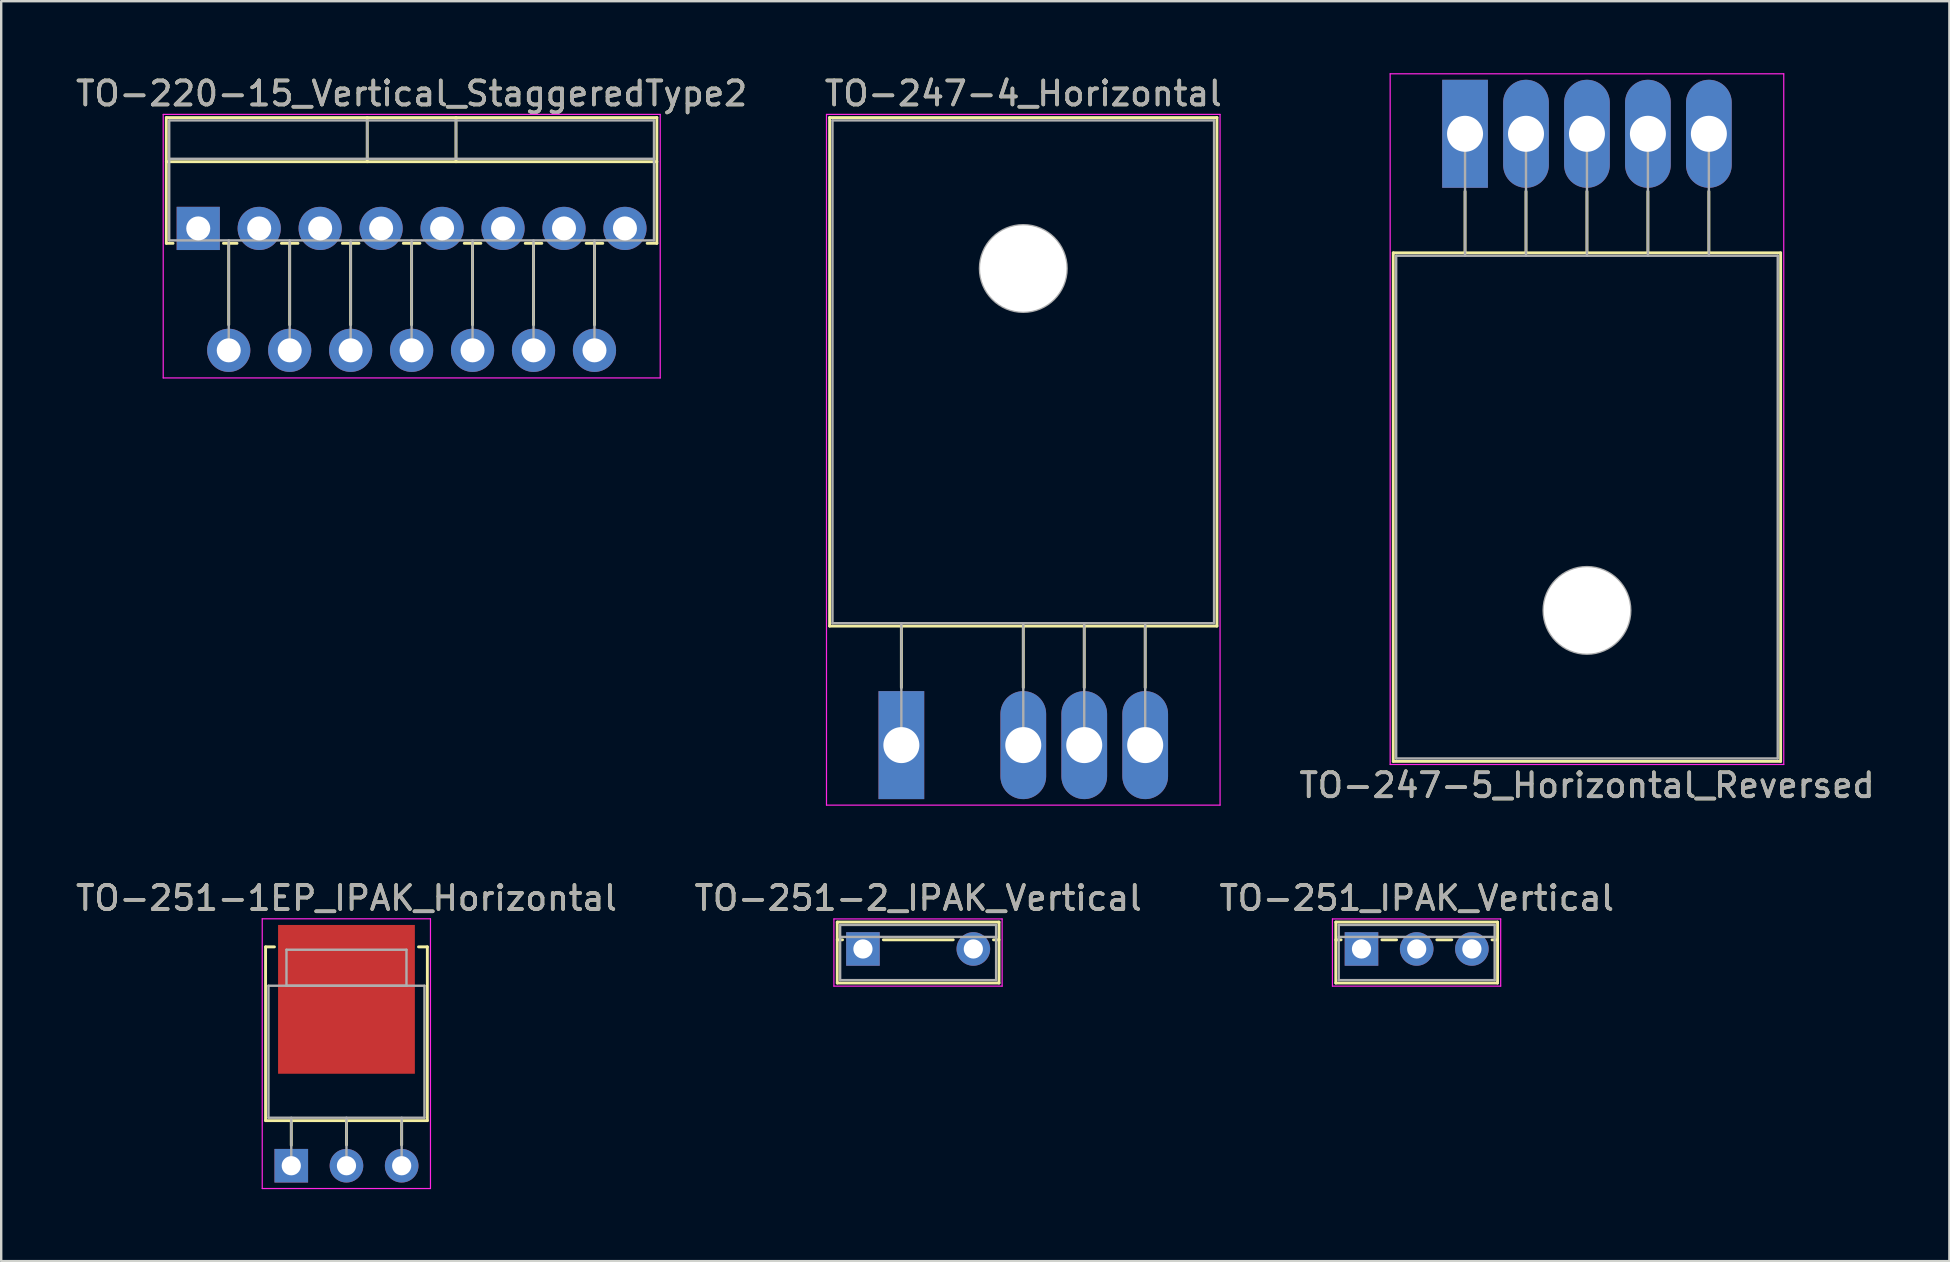
<source format=kicad_pcb>
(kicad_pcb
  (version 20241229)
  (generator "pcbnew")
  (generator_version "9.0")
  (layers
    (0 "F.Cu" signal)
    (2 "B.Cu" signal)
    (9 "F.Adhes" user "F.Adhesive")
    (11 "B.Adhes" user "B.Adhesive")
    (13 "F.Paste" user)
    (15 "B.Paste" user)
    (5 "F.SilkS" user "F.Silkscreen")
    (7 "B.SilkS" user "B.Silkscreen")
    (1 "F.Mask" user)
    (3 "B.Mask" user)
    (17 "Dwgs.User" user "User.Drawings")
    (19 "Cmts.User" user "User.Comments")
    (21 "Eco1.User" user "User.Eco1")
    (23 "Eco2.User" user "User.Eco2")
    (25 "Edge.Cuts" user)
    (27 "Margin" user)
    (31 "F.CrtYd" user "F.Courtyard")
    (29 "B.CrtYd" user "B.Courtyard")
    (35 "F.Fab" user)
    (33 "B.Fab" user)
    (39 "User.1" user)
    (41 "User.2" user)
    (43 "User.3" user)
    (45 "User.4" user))
  (footprint "TO-247-5_Horizontal_Reversed"
    (layer "F.Cu")
    (at 57.997 2.525)
    (property "Reference" "TO-247-5_Horizontal_Reversed" (at 5.08 27.15 0) (layer "F.SilkS") (effects (font (size 1 1) (thickness 0.15))))
    (attr through_hole)
    (fp_line (start -2.99 4.96) (end -2.99 26.15) (stroke (width 0.12) (type solid)) (layer "F.SilkS"))
    (fp_line (start -2.99 4.96) (end 13.15 4.96) (stroke (width 0.12) (type solid)) (layer "F.SilkS"))
    (fp_line (start -2.99 26.15) (end 13.15 26.15) (stroke (width 0.12) (type solid)) (layer "F.SilkS"))
    (fp_line (start 0 2.4) (end 0 4.96) (stroke (width 0.12) (type solid)) (layer "F.SilkS"))
    (fp_line (start 2.54 2.4) (end 2.54 4.96) (stroke (width 0.12) (type solid)) (layer "F.SilkS"))
    (fp_line (start 5.08 2.4) (end 5.08 4.96) (stroke (width 0.12) (type solid)) (layer "F.SilkS"))
    (fp_line (start 7.62 2.4) (end 7.62 4.96) (stroke (width 0.12) (type solid)) (layer "F.SilkS"))
    (fp_line (start 10.16 2.4) (end 10.16 4.96) (stroke (width 0.12) (type solid)) (layer "F.SilkS"))
    (fp_line (start 13.15 4.96) (end 13.15 26.15) (stroke (width 0.12) (type solid)) (layer "F.SilkS"))
    (fp_line (start -3.12 -2.5) (end -3.12 26.28) (stroke (width 0.05) (type solid)) (layer "F.CrtYd"))
    (fp_line (start -3.12 26.28) (end 13.28 26.28) (stroke (width 0.05) (type solid)) (layer "F.CrtYd"))
    (fp_line (start 13.28 -2.5) (end -3.12 -2.5) (stroke (width 0.05) (type solid)) (layer "F.CrtYd"))
    (fp_line (start 13.28 26.28) (end 13.28 -2.5) (stroke (width 0.05) (type solid)) (layer "F.CrtYd"))
    (fp_line (start -2.87 5.08) (end -2.87 26.03) (stroke (width 0.1) (type solid)) (layer "F.Fab"))
    (fp_line (start -2.87 26.03) (end 13.03 26.03) (stroke (width 0.1) (type solid)) (layer "F.Fab"))
    (fp_line (start 0 5.08) (end 0 0) (stroke (width 0.1) (type solid)) (layer "F.Fab"))
    (fp_line (start 2.54 5.08) (end 2.54 0) (stroke (width 0.1) (type solid)) (layer "F.Fab"))
    (fp_line (start 5.08 5.08) (end 5.08 0) (stroke (width 0.1) (type solid)) (layer "F.Fab"))
    (fp_line (start 7.62 5.08) (end 7.62 0) (stroke (width 0.1) (type solid)) (layer "F.Fab"))
    (fp_line (start 10.16 5.08) (end 10.16 0) (stroke (width 0.1) (type solid)) (layer "F.Fab"))
    (fp_line (start 13.03 5.08) (end -2.87 5.08) (stroke (width 0.1) (type solid)) (layer "F.Fab"))
    (fp_line (start 13.03 26.03) (end 13.03 5.08) (stroke (width 0.1) (type solid)) (layer "F.Fab"))
    (fp_circle (center 5.08 19.86) (end 6.885 19.86) (stroke (width 0.1) (type solid)) (fill no) (layer "F.Fab"))
    (fp_text user "${REFERENCE}" (at 5.08 27.15 0) (layer "F.Fab") (effects (font (size 1 1) (thickness 0.15))))
    (pad "" np_thru_hole oval (at 5.08 19.86) (size 3.6 3.6) (drill 3.6) (layers "*.Cu" "*.Mask"))
    (pad "1" thru_hole rect (at 0 0) (size 1.905 4.5) (drill 1.5) (layers "*.Cu" "*.Mask"))
    (pad "2" thru_hole oval (at 2.54 0) (size 1.905 4.5) (drill 1.5) (layers "*.Cu" "*.Mask"))
    (pad "3" thru_hole oval (at 5.08 0) (size 1.905 4.5) (drill 1.5) (layers "*.Cu" "*.Mask"))
    (pad "4" thru_hole oval (at 7.62 0) (size 1.905 4.5) (drill 1.5) (layers "*.Cu" "*.Mask"))
    (pad "5" thru_hole oval (at 10.16 0) (size 1.905 4.5) (drill 1.5) (layers "*.Cu" "*.Mask")))
  (footprint "TO-251_IPAK_Vertical"
    (layer "F.Cu")
    (at 53.682 36.492)
    (property "Reference" "TO-251_IPAK_Vertical" (at 2.3 -2.12 0) (layer "F.SilkS") (effects (font (size 1 1) (thickness 0.15))))
    (attr through_hole)
    (fp_line (start -1.071 -1.12) (end -1.071 1.42) (stroke (width 0.12) (type solid)) (layer "F.SilkS"))
    (fp_line (start -1.071 -1.12) (end 5.67 -1.12) (stroke (width 0.12) (type solid)) (layer "F.SilkS"))
    (fp_line (start -1.071 -0.381) (end -0.85 -0.381) (stroke (width 0.12) (type solid)) (layer "F.SilkS"))
    (fp_line (start -1.071 1.42) (end 5.67 1.42) (stroke (width 0.12) (type solid)) (layer "F.SilkS"))
    (fp_line (start 0.85 -0.381) (end 1.462 -0.381) (stroke (width 0.12) (type solid)) (layer "F.SilkS"))
    (fp_line (start 3.139 -0.381) (end 3.762 -0.381) (stroke (width 0.12) (type solid)) (layer "F.SilkS"))
    (fp_line (start 5.439 -0.381) (end 5.67 -0.381) (stroke (width 0.12) (type solid)) (layer "F.SilkS"))
    (fp_line (start 5.67 -1.12) (end 5.67 1.42) (stroke (width 0.12) (type solid)) (layer "F.SilkS"))
    (fp_line (start -1.21 -1.25) (end -1.21 1.55) (stroke (width 0.05) (type solid)) (layer "F.CrtYd"))
    (fp_line (start -1.21 1.55) (end 5.8 1.55) (stroke (width 0.05) (type solid)) (layer "F.CrtYd"))
    (fp_line (start 5.8 -1.25) (end -1.21 -1.25) (stroke (width 0.05) (type solid)) (layer "F.CrtYd"))
    (fp_line (start 5.8 1.55) (end 5.8 -1.25) (stroke (width 0.05) (type solid)) (layer "F.CrtYd"))
    (fp_line (start -0.95 -1) (end -0.95 1.3) (stroke (width 0.1) (type solid)) (layer "F.Fab"))
    (fp_line (start -0.95 -0.5) (end 5.55 -0.5) (stroke (width 0.1) (type solid)) (layer "F.Fab"))
    (fp_line (start -0.95 1.3) (end 5.55 1.3) (stroke (width 0.1) (type solid)) (layer "F.Fab"))
    (fp_line (start 5.55 -1) (end -0.95 -1) (stroke (width 0.1) (type solid)) (layer "F.Fab"))
    (fp_line (start 5.55 1.3) (end 5.55 -1) (stroke (width 0.1) (type solid)) (layer "F.Fab"))
    (fp_text user "${REFERENCE}" (at 2.3 -2.12 0) (layer "F.Fab") (effects (font (size 1 1) (thickness 0.15))))
    (pad "1" thru_hole rect (at 0 0) (size 1.4 1.4) (drill 0.8) (layers "*.Cu" "*.Mask"))
    (pad "2" thru_hole oval (at 2.3 0) (size 1.4 1.4) (drill 0.8) (layers "*.Cu" "*.Mask"))
    (pad "3" thru_hole oval (at 4.6 0) (size 1.4 1.4) (drill 0.8) (layers "*.Cu" "*.Mask")))
  (footprint "TO-251-1EP_IPAK_Horizontal"
    (layer "F.Cu")
    (at 9.087 45.525)
    (property "Reference" "TO-251-1EP_IPAK_Horizontal" (at 2.3 -11.153 0) (layer "F.SilkS") (effects (font (size 1 1) (thickness 0.15))))
    (attr through_hole)
    (fp_line (start -1.071 -9.12) (end -1.071 -1.88) (stroke (width 0.12) (type solid)) (layer "F.SilkS"))
    (fp_line (start -1.071 -9.12) (end -0.701 -9.12) (stroke (width 0.12) (type solid)) (layer "F.SilkS"))
    (fp_line (start -1.071 -1.88) (end 5.67 -1.88) (stroke (width 0.12) (type solid)) (layer "F.SilkS"))
    (fp_line (start 0 -1.88) (end 0 -0.85) (stroke (width 0.12) (type solid)) (layer "F.SilkS"))
    (fp_line (start 2.3 -1.88) (end 2.3 -0.866) (stroke (width 0.12) (type solid)) (layer "F.SilkS"))
    (fp_line (start 4.6 -1.88) (end 4.6 -0.866) (stroke (width 0.12) (type solid)) (layer "F.SilkS"))
    (fp_line (start 5.301 -9.12) (end 5.67 -9.12) (stroke (width 0.12) (type solid)) (layer "F.SilkS"))
    (fp_line (start 5.67 -9.12) (end 5.67 -1.88) (stroke (width 0.12) (type solid)) (layer "F.SilkS"))
    (fp_line (start -1.21 -10.29) (end -1.21 0.95) (stroke (width 0.05) (type solid)) (layer "F.CrtYd"))
    (fp_line (start -1.21 0.95) (end 5.8 0.95) (stroke (width 0.05) (type solid)) (layer "F.CrtYd"))
    (fp_line (start 5.8 -10.29) (end -1.21 -10.29) (stroke (width 0.05) (type solid)) (layer "F.CrtYd"))
    (fp_line (start 5.8 0.95) (end 5.8 -10.29) (stroke (width 0.05) (type solid)) (layer "F.CrtYd"))
    (fp_line (start -0.95 -7.5) (end 5.55 -7.5) (stroke (width 0.1) (type solid)) (layer "F.Fab"))
    (fp_line (start -0.95 -2) (end -0.95 -7.5) (stroke (width 0.1) (type solid)) (layer "F.Fab"))
    (fp_line (start -0.2 -9) (end 4.8 -9) (stroke (width 0.1) (type solid)) (layer "F.Fab"))
    (fp_line (start -0.2 -7.5) (end -0.2 -9) (stroke (width 0.1) (type solid)) (layer "F.Fab"))
    (fp_line (start 0 -2) (end 0 0) (stroke (width 0.1) (type solid)) (layer "F.Fab"))
    (fp_line (start 2.3 -2) (end 2.3 0) (stroke (width 0.1) (type solid)) (layer "F.Fab"))
    (fp_line (start 4.6 -2) (end 4.6 0) (stroke (width 0.1) (type solid)) (layer "F.Fab"))
    (fp_line (start 4.8 -9) (end 4.8 -7.5) (stroke (width 0.1) (type solid)) (layer "F.Fab"))
    (fp_line (start 4.8 -7.5) (end -0.2 -7.5) (stroke (width 0.1) (type solid)) (layer "F.Fab"))
    (fp_line (start 5.55 -7.5) (end 5.55 -2) (stroke (width 0.1) (type solid)) (layer "F.Fab"))
    (fp_line (start 5.55 -2) (end -0.95 -2) (stroke (width 0.1) (type solid)) (layer "F.Fab"))
    (fp_text user "${REFERENCE}" (at 2.3 -11.153 0) (layer "F.Fab") (effects (font (size 1 1) (thickness 0.15))))
    (pad "1" thru_hole rect (at 0 0) (size 1.4 1.4) (drill 0.8) (layers "*.Cu" "*.Mask"))
    (pad "2" thru_hole oval (at 2.3 0) (size 1.4 1.4) (drill 0.8) (layers "*.Cu" "*.Mask"))
    (pad "3" thru_hole oval (at 4.6 0) (size 1.4 1.4) (drill 0.8) (layers "*.Cu" "*.Mask"))
    (pad "4" smd rect (at 2.3 -6.933) (size 5.7 6.2) (layers "F.Cu" "F.Mask" "F.Paste")))
  (footprint "TO-220-15_Vertical_StaggeredType2"
    (layer "F.Cu")
    (at 5.211 6.468)
    (property "Reference" "TO-220-15_Vertical_StaggeredType2" (at 8.89 -5.62 0) (layer "F.SilkS") (effects (font (size 1 1) (thickness 0.15))))
    (attr through_hole)
    (fp_line (start -1.33 -4.62) (end -1.33 0.621) (stroke (width 0.12) (type solid)) (layer "F.SilkS"))
    (fp_line (start -1.33 -4.62) (end 19.11 -4.62) (stroke (width 0.12) (type solid)) (layer "F.SilkS"))
    (fp_line (start -1.33 -2.78) (end 19.11 -2.78) (stroke (width 0.12) (type solid)) (layer "F.SilkS"))
    (fp_line (start -1.33 0.621) (end -1.05 0.621) (stroke (width 0.12) (type solid)) (layer "F.SilkS"))
    (fp_line (start 1.05 0.621) (end 1.616 0.621) (stroke (width 0.12) (type solid)) (layer "F.SilkS"))
    (fp_line (start 1.27 0.621) (end 1.27 4.015) (stroke (width 0.12) (type solid)) (layer "F.SilkS"))
    (fp_line (start 3.465 0.621) (end 4.156 0.621) (stroke (width 0.12) (type solid)) (layer "F.SilkS"))
    (fp_line (start 3.81 0.621) (end 3.81 4.015) (stroke (width 0.12) (type solid)) (layer "F.SilkS"))
    (fp_line (start 6.005 0.621) (end 6.696 0.621) (stroke (width 0.12) (type solid)) (layer "F.SilkS"))
    (fp_line (start 6.35 0.621) (end 6.35 4.015) (stroke (width 0.12) (type solid)) (layer "F.SilkS"))
    (fp_line (start 7.041 -4.62) (end 7.041 -2.78) (stroke (width 0.12) (type solid)) (layer "F.SilkS"))
    (fp_line (start 8.545 0.621) (end 9.236 0.621) (stroke (width 0.12) (type solid)) (layer "F.SilkS"))
    (fp_line (start 8.89 0.621) (end 8.89 4.015) (stroke (width 0.12) (type solid)) (layer "F.SilkS"))
    (fp_line (start 10.74 -4.62) (end 10.74 -2.78) (stroke (width 0.12) (type solid)) (layer "F.SilkS"))
    (fp_line (start 11.085 0.621) (end 11.776 0.621) (stroke (width 0.12) (type solid)) (layer "F.SilkS"))
    (fp_line (start 11.43 0.621) (end 11.43 4.015) (stroke (width 0.12) (type solid)) (layer "F.SilkS"))
    (fp_line (start 13.625 0.621) (end 14.316 0.621) (stroke (width 0.12) (type solid)) (layer "F.SilkS"))
    (fp_line (start 13.97 0.621) (end 13.97 4.015) (stroke (width 0.12) (type solid)) (layer "F.SilkS"))
    (fp_line (start 16.165 0.621) (end 16.856 0.621) (stroke (width 0.12) (type solid)) (layer "F.SilkS"))
    (fp_line (start 16.51 0.621) (end 16.51 4.015) (stroke (width 0.12) (type solid)) (layer "F.SilkS"))
    (fp_line (start 18.705 0.621) (end 19.11 0.621) (stroke (width 0.12) (type solid)) (layer "F.SilkS"))
    (fp_line (start 19.11 -4.62) (end 19.11 0.621) (stroke (width 0.12) (type solid)) (layer "F.SilkS"))
    (fp_line (start -1.46 -4.75) (end -1.46 6.23) (stroke (width 0.05) (type solid)) (layer "F.CrtYd"))
    (fp_line (start -1.46 6.23) (end 19.25 6.23) (stroke (width 0.05) (type solid)) (layer "F.CrtYd"))
    (fp_line (start 19.25 -4.75) (end -1.46 -4.75) (stroke (width 0.05) (type solid)) (layer "F.CrtYd"))
    (fp_line (start 19.25 6.23) (end 19.25 -4.75) (stroke (width 0.05) (type solid)) (layer "F.CrtYd"))
    (fp_line (start -1.21 -4.5) (end -1.21 0.5) (stroke (width 0.1) (type solid)) (layer "F.Fab"))
    (fp_line (start -1.21 -2.9) (end 18.99 -2.9) (stroke (width 0.1) (type solid)) (layer "F.Fab"))
    (fp_line (start -1.21 0.5) (end 18.99 0.5) (stroke (width 0.1) (type solid)) (layer "F.Fab"))
    (fp_line (start 1.27 0.5) (end 1.27 5.08) (stroke (width 0.1) (type solid)) (layer "F.Fab"))
    (fp_line (start 3.81 0.5) (end 3.81 5.08) (stroke (width 0.1) (type solid)) (layer "F.Fab"))
    (fp_line (start 6.35 0.5) (end 6.35 5.08) (stroke (width 0.1) (type solid)) (layer "F.Fab"))
    (fp_line (start 7.04 -4.5) (end 7.04 -2.9) (stroke (width 0.1) (type solid)) (layer "F.Fab"))
    (fp_line (start 8.89 0.5) (end 8.89 5.08) (stroke (width 0.1) (type solid)) (layer "F.Fab"))
    (fp_line (start 10.74 -4.5) (end 10.74 -2.9) (stroke (width 0.1) (type solid)) (layer "F.Fab"))
    (fp_line (start 11.43 0.5) (end 11.43 5.08) (stroke (width 0.1) (type solid)) (layer "F.Fab"))
    (fp_line (start 13.97 0.5) (end 13.97 5.08) (stroke (width 0.1) (type solid)) (layer "F.Fab"))
    (fp_line (start 16.51 0.5) (end 16.51 5.08) (stroke (width 0.1) (type solid)) (layer "F.Fab"))
    (fp_line (start 18.99 -4.5) (end -1.21 -4.5) (stroke (width 0.1) (type solid)) (layer "F.Fab"))
    (fp_line (start 18.99 0.5) (end 18.99 -4.5) (stroke (width 0.1) (type solid)) (layer "F.Fab"))
    (fp_text user "${REFERENCE}" (at 8.89 -5.62 0) (layer "F.Fab") (effects (font (size 1 1) (thickness 0.15))))
    (pad "1" thru_hole rect (at 0 0) (size 1.8 1.8) (drill 1) (layers "*.Cu" "*.Mask"))
    (pad "2" thru_hole oval (at 1.27 5.08) (size 1.8 1.8) (drill 1) (layers "*.Cu" "*.Mask"))
    (pad "3" thru_hole oval (at 2.54 0) (size 1.8 1.8) (drill 1) (layers "*.Cu" "*.Mask"))
    (pad "4" thru_hole oval (at 3.81 5.08) (size 1.8 1.8) (drill 1) (layers "*.Cu" "*.Mask"))
    (pad "5" thru_hole oval (at 5.08 0) (size 1.8 1.8) (drill 1) (layers "*.Cu" "*.Mask"))
    (pad "6" thru_hole oval (at 6.35 5.08) (size 1.8 1.8) (drill 1) (layers "*.Cu" "*.Mask"))
    (pad "7" thru_hole oval (at 7.62 0) (size 1.8 1.8) (drill 1) (layers "*.Cu" "*.Mask"))
    (pad "8" thru_hole oval (at 8.89 5.08) (size 1.8 1.8) (drill 1) (layers "*.Cu" "*.Mask"))
    (pad "9" thru_hole oval (at 10.16 0) (size 1.8 1.8) (drill 1) (layers "*.Cu" "*.Mask"))
    (pad "10" thru_hole oval (at 11.43 5.08) (size 1.8 1.8) (drill 1) (layers "*.Cu" "*.Mask"))
    (pad "11" thru_hole oval (at 12.7 0) (size 1.8 1.8) (drill 1) (layers "*.Cu" "*.Mask"))
    (pad "12" thru_hole oval (at 13.97 5.08) (size 1.8 1.8) (drill 1) (layers "*.Cu" "*.Mask"))
    (pad "13" thru_hole oval (at 15.24 0) (size 1.8 1.8) (drill 1) (layers "*.Cu" "*.Mask"))
    (pad "14" thru_hole oval (at 16.51 5.08) (size 1.8 1.8) (drill 1) (layers "*.Cu" "*.Mask"))
    (pad "15" thru_hole oval (at 17.78 0) (size 1.8 1.8) (drill 1) (layers "*.Cu" "*.Mask")))
  (footprint "TO-251-2_IPAK_Vertical"
    (layer "F.Cu")
    (at 32.908 36.492)
    (property "Reference" "TO-251-2_IPAK_Vertical" (at 2.3 -2.12 0) (layer "F.SilkS") (effects (font (size 1 1) (thickness 0.15))))
    (attr through_hole)
    (fp_line (start -1.071 -1.12) (end -1.071 1.42) (stroke (width 0.12) (type solid)) (layer "F.SilkS"))
    (fp_line (start -1.071 -1.12) (end 5.67 -1.12) (stroke (width 0.12) (type solid)) (layer "F.SilkS"))
    (fp_line (start -1.071 -0.381) (end -0.85 -0.381) (stroke (width 0.12) (type solid)) (layer "F.SilkS"))
    (fp_line (start -1.071 1.42) (end 5.67 1.42) (stroke (width 0.12) (type solid)) (layer "F.SilkS"))
    (fp_line (start 0.85 -0.381) (end 3.762 -0.381) (stroke (width 0.12) (type solid)) (layer "F.SilkS"))
    (fp_line (start 5.439 -0.381) (end 5.67 -0.381) (stroke (width 0.12) (type solid)) (layer "F.SilkS"))
    (fp_line (start 5.67 -1.12) (end 5.67 1.42) (stroke (width 0.12) (type solid)) (layer "F.SilkS"))
    (fp_line (start -1.21 -1.25) (end -1.21 1.55) (stroke (width 0.05) (type solid)) (layer "F.CrtYd"))
    (fp_line (start -1.21 1.55) (end 5.8 1.55) (stroke (width 0.05) (type solid)) (layer "F.CrtYd"))
    (fp_line (start 5.8 -1.25) (end -1.21 -1.25) (stroke (width 0.05) (type solid)) (layer "F.CrtYd"))
    (fp_line (start 5.8 1.55) (end 5.8 -1.25) (stroke (width 0.05) (type solid)) (layer "F.CrtYd"))
    (fp_line (start -0.95 -1) (end -0.95 1.3) (stroke (width 0.1) (type solid)) (layer "F.Fab"))
    (fp_line (start -0.95 -0.5) (end 5.55 -0.5) (stroke (width 0.1) (type solid)) (layer "F.Fab"))
    (fp_line (start -0.95 1.3) (end 5.55 1.3) (stroke (width 0.1) (type solid)) (layer "F.Fab"))
    (fp_line (start 5.55 -1) (end -0.95 -1) (stroke (width 0.1) (type solid)) (layer "F.Fab"))
    (fp_line (start 5.55 1.3) (end 5.55 -1) (stroke (width 0.1) (type solid)) (layer "F.Fab"))
    (fp_text user "${REFERENCE}" (at 2.3 -2.12 0) (layer "F.Fab") (effects (font (size 1 1) (thickness 0.15))))
    (pad "1" thru_hole rect (at 0 0) (size 1.4 1.4) (drill 0.8) (layers "*.Cu" "*.Mask"))
    (pad "2" thru_hole oval (at 4.6 0) (size 1.4 1.4) (drill 0.8) (layers "*.Cu" "*.Mask")))
  (footprint "TO-247-4_Horizontal"
    (layer "F.Cu")
    (at 34.509 27.998)
    (property "Reference" "TO-247-4_Horizontal" (at 5.08 -27.15 0) (layer "F.SilkS") (effects (font (size 1 1) (thickness 0.15))))
    (attr through_hole)
    (fp_line (start -2.99 -26.15) (end -2.99 -4.96) (stroke (width 0.12) (type solid)) (layer "F.SilkS"))
    (fp_line (start -2.99 -26.15) (end 13.15 -26.15) (stroke (width 0.12) (type solid)) (layer "F.SilkS"))
    (fp_line (start -2.99 -4.96) (end 13.15 -4.96) (stroke (width 0.12) (type solid)) (layer "F.SilkS"))
    (fp_line (start 0 -4.96) (end 0 -2.4) (stroke (width 0.12) (type solid)) (layer "F.SilkS"))
    (fp_line (start 5.08 -4.96) (end 5.08 -2.4) (stroke (width 0.12) (type solid)) (layer "F.SilkS"))
    (fp_line (start 7.62 -4.96) (end 7.62 -2.4) (stroke (width 0.12) (type solid)) (layer "F.SilkS"))
    (fp_line (start 10.16 -4.96) (end 10.16 -2.4) (stroke (width 0.12) (type solid)) (layer "F.SilkS"))
    (fp_line (start 13.15 -26.15) (end 13.15 -4.96) (stroke (width 0.12) (type solid)) (layer "F.SilkS"))
    (fp_line (start -3.12 -26.28) (end -3.12 2.5) (stroke (width 0.05) (type solid)) (layer "F.CrtYd"))
    (fp_line (start -3.12 2.5) (end 13.28 2.5) (stroke (width 0.05) (type solid)) (layer "F.CrtYd"))
    (fp_line (start 13.28 -26.28) (end -3.12 -26.28) (stroke (width 0.05) (type solid)) (layer "F.CrtYd"))
    (fp_line (start 13.28 2.5) (end 13.28 -26.28) (stroke (width 0.05) (type solid)) (layer "F.CrtYd"))
    (fp_line (start -2.87 -26.03) (end 13.03 -26.03) (stroke (width 0.1) (type solid)) (layer "F.Fab"))
    (fp_line (start -2.87 -5.08) (end -2.87 -26.03) (stroke (width 0.1) (type solid)) (layer "F.Fab"))
    (fp_line (start 0 -5.08) (end 0 0) (stroke (width 0.1) (type solid)) (layer "F.Fab"))
    (fp_line (start 5.08 -5.08) (end 5.08 0) (stroke (width 0.1) (type solid)) (layer "F.Fab"))
    (fp_line (start 7.62 -5.08) (end 7.62 0) (stroke (width 0.1) (type solid)) (layer "F.Fab"))
    (fp_line (start 10.16 -5.08) (end 10.16 0) (stroke (width 0.1) (type solid)) (layer "F.Fab"))
    (fp_line (start 13.03 -26.03) (end 13.03 -5.08) (stroke (width 0.1) (type solid)) (layer "F.Fab"))
    (fp_line (start 13.03 -5.08) (end -2.87 -5.08) (stroke (width 0.1) (type solid)) (layer "F.Fab"))
    (fp_circle (center 5.08 -19.86) (end 6.885 -19.86) (stroke (width 0.1) (type solid)) (fill no) (layer "F.Fab"))
    (fp_text user "${REFERENCE}" (at 5.08 -27.15 0) (layer "F.Fab") (effects (font (size 1 1) (thickness 0.15))))
    (pad "" np_thru_hole oval (at 5.08 -19.86) (size 3.6 3.6) (drill 3.6) (layers "*.Cu" "*.Mask"))
    (pad "1" thru_hole rect (at 0 0) (size 1.905 4.5) (drill 1.5) (layers "*.Cu" "*.Mask"))
    (pad "2" thru_hole oval (at 5.08 0) (size 1.905 4.5) (drill 1.5) (layers "*.Cu" "*.Mask"))
    (pad "3" thru_hole oval (at 7.62 0) (size 1.905 4.5) (drill 1.5) (layers "*.Cu" "*.Mask"))
    (pad "4" thru_hole oval (at 10.16 0) (size 1.905 4.5) (drill 1.5) (layers "*.Cu" "*.Mask")))
  (gr_rect
    (start -3 -3)
    (end 78.179 49.5)
    (stroke (width 0.1) (type default))
    (fill no)
    (layer "Edge.Cuts")))
</source>
